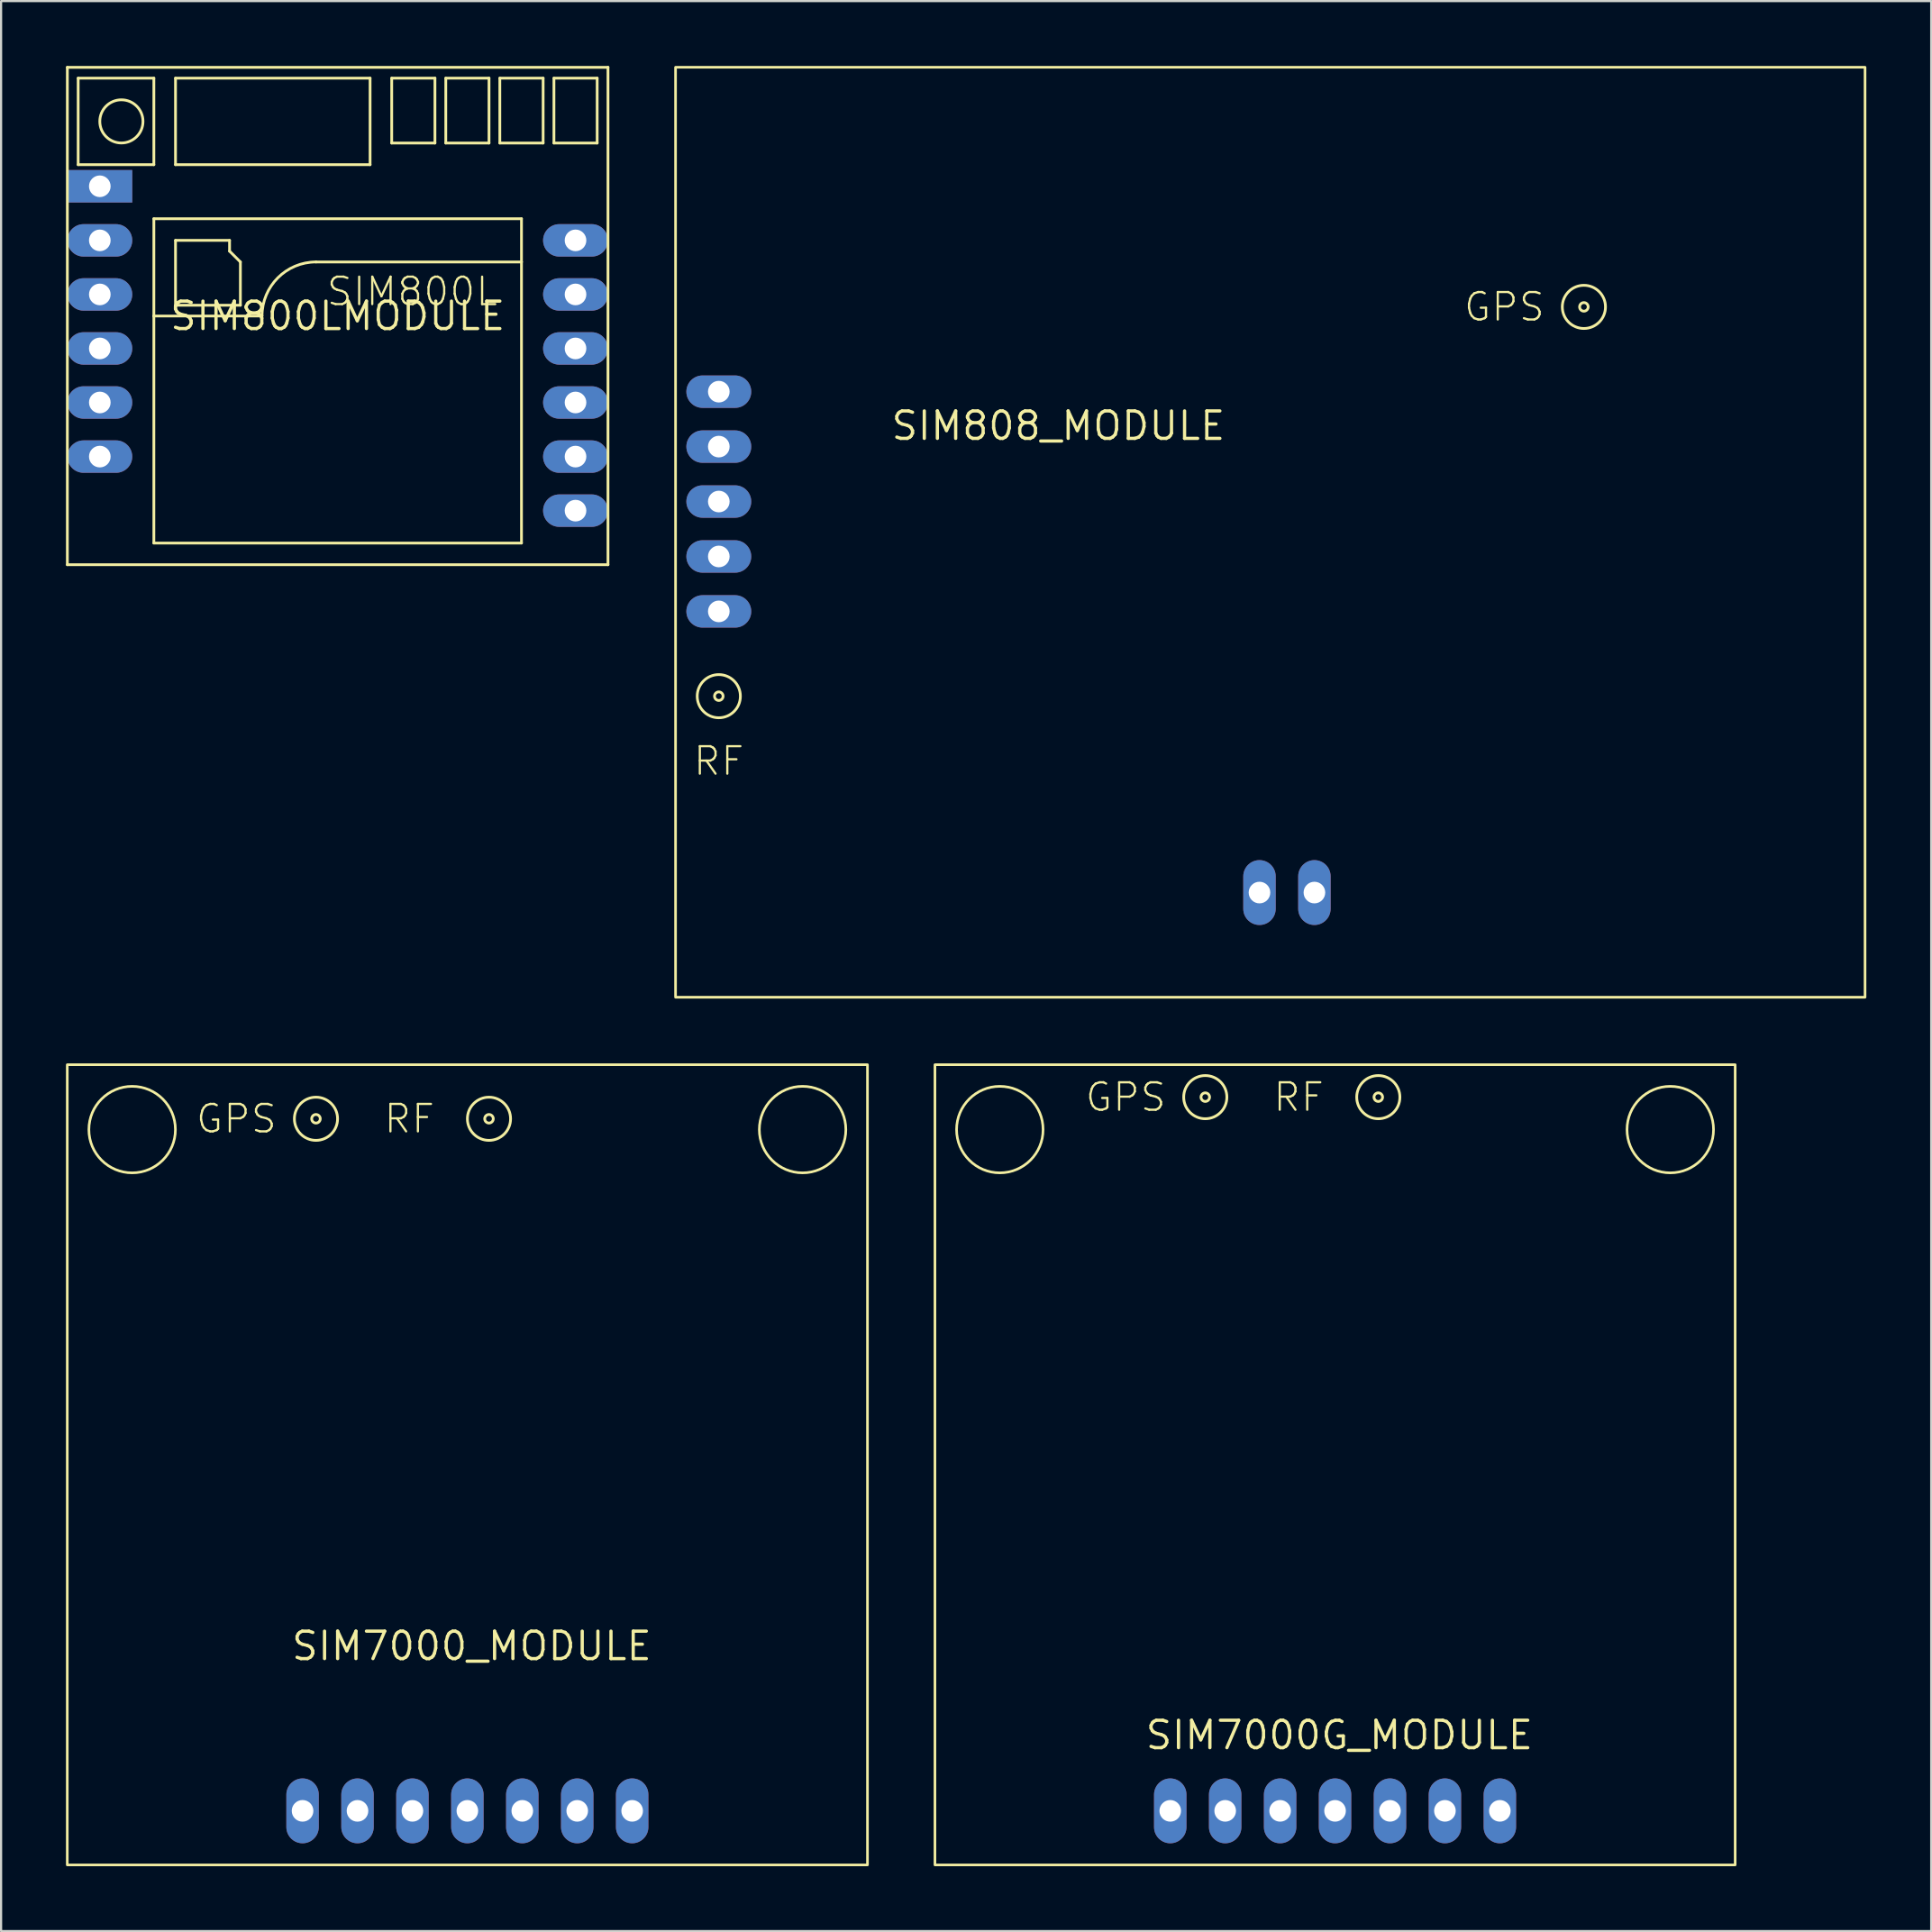
<source format=kicad_pcb>
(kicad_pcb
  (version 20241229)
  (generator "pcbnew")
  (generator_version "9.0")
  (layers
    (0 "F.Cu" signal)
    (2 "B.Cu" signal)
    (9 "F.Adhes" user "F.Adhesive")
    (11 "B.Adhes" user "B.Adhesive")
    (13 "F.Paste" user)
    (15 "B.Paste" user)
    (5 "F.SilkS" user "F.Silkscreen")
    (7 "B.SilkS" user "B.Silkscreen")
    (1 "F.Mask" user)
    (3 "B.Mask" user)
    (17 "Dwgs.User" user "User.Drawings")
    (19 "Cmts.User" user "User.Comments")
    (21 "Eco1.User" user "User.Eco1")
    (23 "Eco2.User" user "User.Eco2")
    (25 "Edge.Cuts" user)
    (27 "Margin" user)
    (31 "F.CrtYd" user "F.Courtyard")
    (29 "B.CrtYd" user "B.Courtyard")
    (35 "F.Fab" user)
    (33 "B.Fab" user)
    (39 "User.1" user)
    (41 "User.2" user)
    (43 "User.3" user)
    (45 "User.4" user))
  (footprint "SIM7000G_MODULE"
    (layer "F.Cu")
    (at 58.68 80.68)
    (property "Reference" "SIM7000G_MODULE" (at 0.2 -3.5 0) (layer "F.SilkS") (effects (font (size 1.27 1.27) (thickness 0.15))))
    (attr through_hole exclude_from_pos_files exclude_from_bom)
    (fp_rect (start -18.5 -34.5) (end 18.5 2.5) (stroke (width 0.12) (type solid)) (fill no) (layer "F.SilkS"))
    (fp_circle (center -15.5 -31.5) (end -13.5 -31.5) (stroke (width 0.12) (type solid)) (fill no) (layer "F.SilkS"))
    (fp_circle (center -6 -33) (end -6 -33.998) (stroke (width 0.127) (type solid)) (fill no) (layer "F.SilkS"))
    (fp_circle (center -6 -33) (end -6 -33.198) (stroke (width 0.127) (type solid)) (fill no) (layer "F.SilkS"))
    (fp_circle (center 2 -33) (end 2 -33.998) (stroke (width 0.127) (type solid)) (fill no) (layer "F.SilkS"))
    (fp_circle (center 2 -33) (end 2 -33.198) (stroke (width 0.127) (type solid)) (fill no) (layer "F.SilkS"))
    (fp_circle (center 15.5 -31.5) (end 17.5 -31.5) (stroke (width 0.12) (type solid)) (fill no) (layer "F.SilkS"))
    (fp_text user "RF" (at -1.68 -33 0) (layer "F.SilkS") (effects (font (size 1.27 1.27) (thickness 0.102))))
    (fp_text user "GPS" (at -9.68 -33 0) (layer "F.SilkS") (effects (font (size 1.27 1.27) (thickness 0.102))))
    (pad "GND" thru_hole oval (at -7.62 0 90) (size 3 1.5) (drill 1) (layers "*.Cu" "*.Mask"))
    (pad "GND" thru_hole oval (at 5.08 0 90) (size 3 1.5) (drill 1) (layers "*.Cu" "*.Mask"))
    (pad "PWRK" thru_hole oval (at 0 0 90) (size 3 1.5) (drill 1) (layers "*.Cu" "*.Mask"))
    (pad "RX" thru_hole oval (at -5.08 0 90) (size 3 1.5) (drill 1) (layers "*.Cu" "*.Mask"))
    (pad "SLEEP" thru_hole oval (at 7.62 0 90) (size 3 1.5) (drill 1) (layers "*.Cu" "*.Mask"))
    (pad "TX" thru_hole oval (at -2.54 0 90) (size 3 1.5) (drill 1) (layers "*.Cu" "*.Mask"))
    (pad "VCC" thru_hole oval (at 2.54 0 90) (size 3 1.5) (drill 1) (layers "*.Cu" "*.Mask")))
  (footprint "SIM808_MODULE"
    (layer "F.Cu")
    (at 30.186 20.14)
    (property "Reference" "SIM808_MODULE" (at 15.7 -3.5 0) (layer "F.SilkS") (effects (font (size 1.27 1.27) (thickness 0.15))))
    (attr through_hole exclude_from_pos_files exclude_from_bom)
    (fp_rect (start -2 22.92) (end 53 -20.08) (stroke (width 0.12) (type solid)) (fill no) (layer "F.SilkS"))
    (fp_circle (center 0 9) (end 0 8.002) (stroke (width 0.127) (type solid)) (fill no) (layer "F.SilkS"))
    (fp_circle (center 0 9) (end 0 8.802) (stroke (width 0.127) (type solid)) (fill no) (layer "F.SilkS"))
    (fp_circle (center 40 -9) (end 40 -9.998) (stroke (width 0.127) (type solid)) (fill no) (layer "F.SilkS"))
    (fp_circle (center 40 -9) (end 40 -9.198) (stroke (width 0.127) (type solid)) (fill no) (layer "F.SilkS"))
    (fp_text user "GPS" (at 36.32 -9 0) (layer "F.SilkS") (effects (font (size 1.27 1.27) (thickness 0.102))))
    (fp_text user "RF" (at 0 12 0) (layer "F.SilkS") (effects (font (size 1.27 1.27) (thickness 0.102))))
    (pad "DTR" thru_hole oval (at 27.54 18.08 90) (size 3 1.5) (drill 1) (layers "*.Cu" "*.Mask"))
    (pad "GND" thru_hole oval (at 0 0) (size 3 1.5) (drill 1) (layers "*.Cu" "*.Mask"))
    (pad "GND" thru_hole oval (at 0 5.08) (size 3 1.5) (drill 1) (layers "*.Cu" "*.Mask"))
    (pad "PWRK" thru_hole oval (at 25 18.08 90) (size 3 1.5) (drill 1) (layers "*.Cu" "*.Mask"))
    (pad "RX" thru_hole oval (at 0 2.54) (size 3 1.5) (drill 1) (layers "*.Cu" "*.Mask"))
    (pad "TX" thru_hole oval (at 0 -2.54) (size 3 1.5) (drill 1) (layers "*.Cu" "*.Mask"))
    (pad "VCC" thru_hole oval (at 0 -5.08) (size 3 1.5) (drill 1) (layers "*.Cu" "*.Mask")))
  (footprint "SIM7000_MODULE"
    (layer "F.Cu")
    (at 18.56 80.68)
    (property "Reference" "SIM7000_MODULE" (at 0.2 -7.62 0) (layer "F.SilkS") (effects (font (size 1.27 1.27) (thickness 0.15))))
    (attr through_hole exclude_from_pos_files exclude_from_bom)
    (fp_rect (start -18.5 -34.5) (end 18.5 2.5) (stroke (width 0.12) (type solid)) (fill no) (layer "F.SilkS"))
    (fp_circle (center -15.5 -31.5) (end -13.5 -31.5) (stroke (width 0.12) (type solid)) (fill no) (layer "F.SilkS"))
    (fp_circle (center -7 -32) (end -7 -32.998) (stroke (width 0.127) (type solid)) (fill no) (layer "F.SilkS"))
    (fp_circle (center -7 -32) (end -7 -32.198) (stroke (width 0.127) (type solid)) (fill no) (layer "F.SilkS"))
    (fp_circle (center 1 -32) (end 1 -32.998) (stroke (width 0.127) (type solid)) (fill no) (layer "F.SilkS"))
    (fp_circle (center 1 -32) (end 1 -32.198) (stroke (width 0.127) (type solid)) (fill no) (layer "F.SilkS"))
    (fp_circle (center 15.5 -31.5) (end 17.5 -31.5) (stroke (width 0.12) (type solid)) (fill no) (layer "F.SilkS"))
    (fp_text user "GPS" (at -10.68 -32 0) (layer "F.SilkS") (effects (font (size 1.27 1.27) (thickness 0.102))))
    (fp_text user "RF" (at -2.68 -32 0) (layer "F.SilkS") (effects (font (size 1.27 1.27) (thickness 0.102))))
    (pad "GND" thru_hole oval (at -7.62 0 90) (size 3 1.5) (drill 1) (layers "*.Cu" "*.Mask"))
    (pad "GND" thru_hole oval (at 5.08 0 90) (size 3 1.5) (drill 1) (layers "*.Cu" "*.Mask"))
    (pad "PWRK" thru_hole oval (at 0 0 90) (size 3 1.5) (drill 1) (layers "*.Cu" "*.Mask"))
    (pad "RX" thru_hole oval (at -5.08 0 90) (size 3 1.5) (drill 1) (layers "*.Cu" "*.Mask"))
    (pad "SLEEP" thru_hole oval (at 7.62 0 90) (size 3 1.5) (drill 1) (layers "*.Cu" "*.Mask"))
    (pad "TX" thru_hole oval (at -2.54 0 90) (size 3 1.5) (drill 1) (layers "*.Cu" "*.Mask"))
    (pad "VCC" thru_hole oval (at 2.54 0 90) (size 3 1.5) (drill 1) (layers "*.Cu" "*.Mask")))
  (footprint "SIM800LMODULE"
    (layer "F.Cu")
    (at 12.563 11.562)
    (property "Reference" "SIM800LMODULE" (at 0 0 0) (layer "F.SilkS") (effects (font (size 1.27 1.27) (thickness 0.15))))
    (attr through_hole exclude_from_pos_files exclude_from_bom)
    (fp_line (start -12.499 -11.499) (end -12.499 11.499) (stroke (width 0.127) (type solid)) (layer "F.SilkS"))
    (fp_line (start -12.499 11.499) (end 12.499 11.499) (stroke (width 0.127) (type solid)) (layer "F.SilkS"))
    (fp_line (start -11.999 -10.998) (end -8.499 -10.998) (stroke (width 0.127) (type solid)) (layer "F.SilkS"))
    (fp_line (start -11.999 -6.998) (end -11.999 -10.998) (stroke (width 0.127) (type solid)) (layer "F.SilkS"))
    (fp_line (start -8.499 -10.998) (end -8.499 -6.998) (stroke (width 0.127) (type solid)) (layer "F.SilkS"))
    (fp_line (start -8.499 -6.998) (end -11.999 -6.998) (stroke (width 0.127) (type solid)) (layer "F.SilkS"))
    (fp_line (start -8.499 -4.498) (end 8.499 -4.498) (stroke (width 0.127) (type solid)) (layer "F.SilkS"))
    (fp_line (start -8.499 0) (end -8.499 -4.498) (stroke (width 0.127) (type solid)) (layer "F.SilkS"))
    (fp_line (start -8.499 0) (end -3.498 0) (stroke (width 0.127) (type solid)) (layer "F.SilkS"))
    (fp_line (start -8.499 10.498) (end -8.499 0) (stroke (width 0.127) (type solid)) (layer "F.SilkS"))
    (fp_line (start -7.498 -10.998) (end 1.499 -10.998) (stroke (width 0.127) (type solid)) (layer "F.SilkS"))
    (fp_line (start -7.498 -6.998) (end -7.498 -10.998) (stroke (width 0.127) (type solid)) (layer "F.SilkS"))
    (fp_line (start -7.498 -3.498) (end -7.498 -0.498) (stroke (width 0.127) (type solid)) (layer "F.SilkS"))
    (fp_line (start -7.498 -0.498) (end -4.498 -0.498) (stroke (width 0.127) (type solid)) (layer "F.SilkS"))
    (fp_line (start -4.999 -3.498) (end -7.498 -3.498) (stroke (width 0.127) (type solid)) (layer "F.SilkS"))
    (fp_line (start -4.999 -3) (end -4.999 -3.498) (stroke (width 0.127) (type solid)) (layer "F.SilkS"))
    (fp_line (start -4.498 -2.499) (end -4.999 -3) (stroke (width 0.127) (type solid)) (layer "F.SilkS"))
    (fp_line (start -4.498 -0.498) (end -4.498 -2.499) (stroke (width 0.127) (type solid)) (layer "F.SilkS"))
    (fp_line (start -0.998 -2.499) (end 8.499 -2.499) (stroke (width 0.127) (type solid)) (layer "F.SilkS"))
    (fp_line (start 1.499 -10.998) (end 1.499 -6.998) (stroke (width 0.127) (type solid)) (layer "F.SilkS"))
    (fp_line (start 1.499 -6.998) (end -7.498 -6.998) (stroke (width 0.127) (type solid)) (layer "F.SilkS"))
    (fp_line (start 2.499 -10.998) (end 4.498 -10.998) (stroke (width 0.127) (type solid)) (layer "F.SilkS"))
    (fp_line (start 2.499 -7.998) (end 2.499 -10.998) (stroke (width 0.127) (type solid)) (layer "F.SilkS"))
    (fp_line (start 4.498 -10.998) (end 4.498 -7.998) (stroke (width 0.127) (type solid)) (layer "F.SilkS"))
    (fp_line (start 4.498 -7.998) (end 2.499 -7.998) (stroke (width 0.127) (type solid)) (layer "F.SilkS"))
    (fp_line (start 4.999 -10.998) (end 6.998 -10.998) (stroke (width 0.127) (type solid)) (layer "F.SilkS"))
    (fp_line (start 4.999 -7.998) (end 4.999 -10.998) (stroke (width 0.127) (type solid)) (layer "F.SilkS"))
    (fp_line (start 6.998 -10.998) (end 6.998 -7.998) (stroke (width 0.127) (type solid)) (layer "F.SilkS"))
    (fp_line (start 6.998 -7.998) (end 4.999 -7.998) (stroke (width 0.127) (type solid)) (layer "F.SilkS"))
    (fp_line (start 7.498 -10.998) (end 9.5 -10.998) (stroke (width 0.127) (type solid)) (layer "F.SilkS"))
    (fp_line (start 7.498 -7.998) (end 7.498 -10.998) (stroke (width 0.127) (type solid)) (layer "F.SilkS"))
    (fp_line (start 8.499 -4.498) (end 8.499 -2.499) (stroke (width 0.127) (type solid)) (layer "F.SilkS"))
    (fp_line (start 8.499 -2.499) (end 8.499 10.498) (stroke (width 0.127) (type solid)) (layer "F.SilkS"))
    (fp_line (start 8.499 10.498) (end -8.499 10.498) (stroke (width 0.127) (type solid)) (layer "F.SilkS"))
    (fp_line (start 9.5 -10.998) (end 9.5 -7.998) (stroke (width 0.127) (type solid)) (layer "F.SilkS"))
    (fp_line (start 9.5 -7.998) (end 7.498 -7.998) (stroke (width 0.127) (type solid)) (layer "F.SilkS"))
    (fp_line (start 10 -10.998) (end 11.999 -10.998) (stroke (width 0.127) (type solid)) (layer "F.SilkS"))
    (fp_line (start 10 -7.998) (end 10 -10.998) (stroke (width 0.127) (type solid)) (layer "F.SilkS"))
    (fp_line (start 11.999 -10.998) (end 11.999 -7.998) (stroke (width 0.127) (type solid)) (layer "F.SilkS"))
    (fp_line (start 11.999 -7.998) (end 10 -7.998) (stroke (width 0.127) (type solid)) (layer "F.SilkS"))
    (fp_line (start 12.499 -11.499) (end -12.499 -11.499) (stroke (width 0.127) (type solid)) (layer "F.SilkS"))
    (fp_line (start 12.499 11.499) (end 12.499 -11.499) (stroke (width 0.127) (type solid)) (layer "F.SilkS"))
    (fp_arc (start -3.49758 0) (mid -2.765534 -1.767314) (end -0.99822 -2.49936) (stroke (width 0.127) (type solid)) (layer "F.SilkS"))
    (fp_circle (center -10 -8.999) (end -10 -9.997) (stroke (width 0.127) (type solid)) (fill no) (layer "F.SilkS"))
    (fp_text user "SIM800L" (at 3.444 -1.133 0) (layer "F.SilkS") (effects (font (size 1.27 1.27) (thickness 0.102))))
    (pad "DTR" thru_hole oval (at 10.998 -0.998) (size 3 1.5) (drill 1) (layers "*.Cu" "*.Mask"))
    (pad "GND" thru_hole oval (at -10.998 6.5) (size 3 1.5) (drill 1) (layers "*.Cu" "*.Mask"))
    (pad "MIC+" thru_hole oval (at 10.998 1.499) (size 3 1.5) (drill 1) (layers "*.Cu" "*.Mask"))
    (pad "MIC-" thru_hole oval (at 10.998 3.998) (size 3 1.5) (drill 1) (layers "*.Cu" "*.Mask"))
    (pad "NET" thru_hole rect (at -10.998 -5.999) (size 3 1.5) (drill 1) (layers "*.Cu" "*.Mask"))
    (pad "RING" thru_hole oval (at 10.998 -3.498) (size 3 1.5) (drill 1) (layers "*.Cu" "*.Mask"))
    (pad "RST" thru_hole oval (at -10.998 -0.998) (size 3 1.5) (drill 1) (layers "*.Cu" "*.Mask"))
    (pad "RX" thru_hole oval (at -10.998 1.499) (size 3 1.5) (drill 1) (layers "*.Cu" "*.Mask"))
    (pad "SPK+" thru_hole oval (at 10.998 6.5) (size 3 1.5) (drill 1) (layers "*.Cu" "*.Mask"))
    (pad "SPK-" thru_hole oval (at 10.998 8.999) (size 3 1.5) (drill 1) (layers "*.Cu" "*.Mask"))
    (pad "TX" thru_hole oval (at -10.998 3.998) (size 3 1.5) (drill 1) (layers "*.Cu" "*.Mask"))
    (pad "VCC" thru_hole oval (at -10.998 -3.498) (size 3 1.5) (drill 1) (layers "*.Cu" "*.Mask")))
  (gr_rect
    (start -3 -3)
    (end 86.246 86.24)
    (stroke (width 0.1) (type default))
    (fill no)
    (layer "Edge.Cuts")))
</source>
